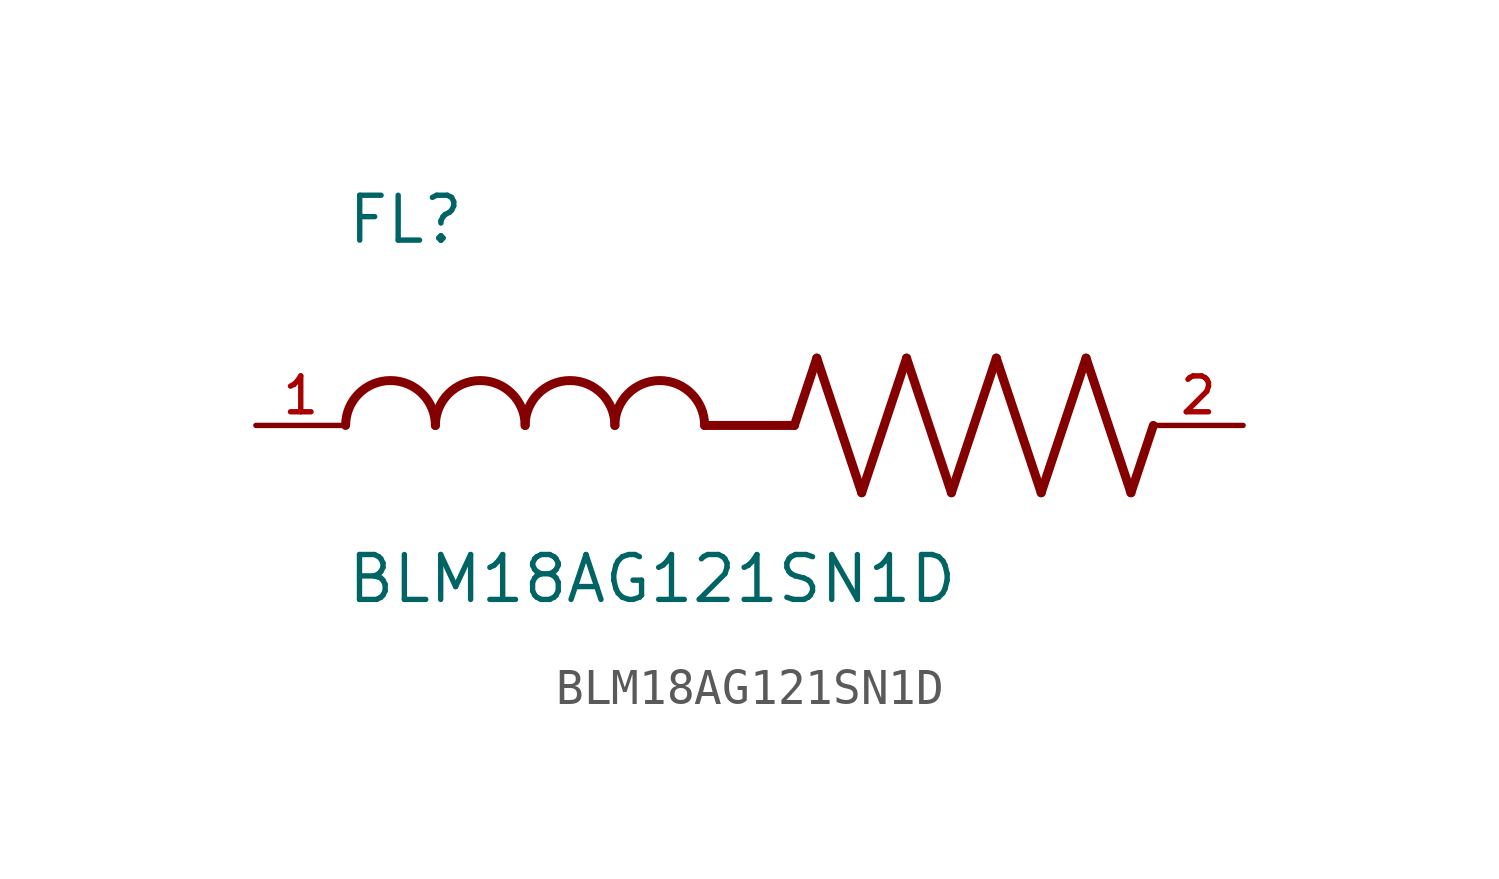
<source format=kicad_sym>
(kicad_symbol_lib
  (version 20211014)
  (generator kicad_symbol_editor)
  (symbol "BLM18AG121SN1D"
    (pin_names
      (offset 1.016))
    (property "Reference" "FL"
      (at -12.704 5.081 0)
      (effects (font (size 1.27 1.27)) (justify bottom left)))
    (property "Value" "BLM18AG121SN1D"
      (at -12.71 -5.087 0)
      (effects (font (size 1.27 1.27)) (justify bottom left)))
    (symbol "BLM18AG121SN1D_0_0"
      (polyline (pts (xy 0.0 0.0) (xy 0.635 1.905)) (stroke (width 0.254)))
      (polyline (pts (xy 0.635 1.905) (xy 1.905 -1.905)) (stroke (width 0.254)))
      (polyline (pts (xy 1.905 -1.905) (xy 3.175 1.905)) (stroke (width 0.254)))
      (polyline (pts (xy 3.175 1.905) (xy 4.445 -1.905)) (stroke (width 0.254)))
      (polyline (pts (xy 4.445 -1.905) (xy 5.715 1.905)) (stroke (width 0.254)))
      (polyline (pts (xy 5.715 1.905) (xy 6.985 -1.905)) (stroke (width 0.254)))
      (polyline (pts (xy 6.985 -1.905) (xy 8.255 1.905)) (stroke (width 0.254)))
      (polyline (pts (xy 8.255 1.905) (xy 9.525 -1.905)) (stroke (width 0.254)))
      (polyline (pts (xy 9.525 -1.905) (xy 10.16 0.0)) (stroke (width 0.254)))
      (arc (start -10.16 0.0) (mid -11.43 1.27) (end -12.7 0.0) (stroke (width 0.254) (type default) (color 0 0 0 0)) (fill (type none)))
      (arc (start -7.62 0.0) (mid -8.89 1.27) (end -10.16 0.0) (stroke (width 0.254) (type default) (color 0 0 0 0)) (fill (type none)))
      (arc (start -5.08 0.0) (mid -6.35 1.27) (end -7.62 0.0) (stroke (width 0.254) (type default) (color 0 0 0 0)) (fill (type none)))
      (arc (start -2.54 0.0) (mid -3.81 1.27) (end -5.08 0.0) (stroke (width 0.254) (type default) (color 0 0 0 0)) (fill (type none)))
      (polyline (pts (xy 0.0 0.0) (xy -2.54 0.0)) (stroke (width 0.254)))
      (pin passive line (at 12.7 0.0 180.0) (length 2.54) (name "~" (effects (font (size 1.016 1.016)))) (number "2" (effects (font (size 1.016 1.016)))))
      (pin passive line (at -15.24 0.0 0) (length 2.54) (name "~" (effects (font (size 1.016 1.016)))) (number "1" (effects (font (size 1.016 1.016))))))))
</source>
